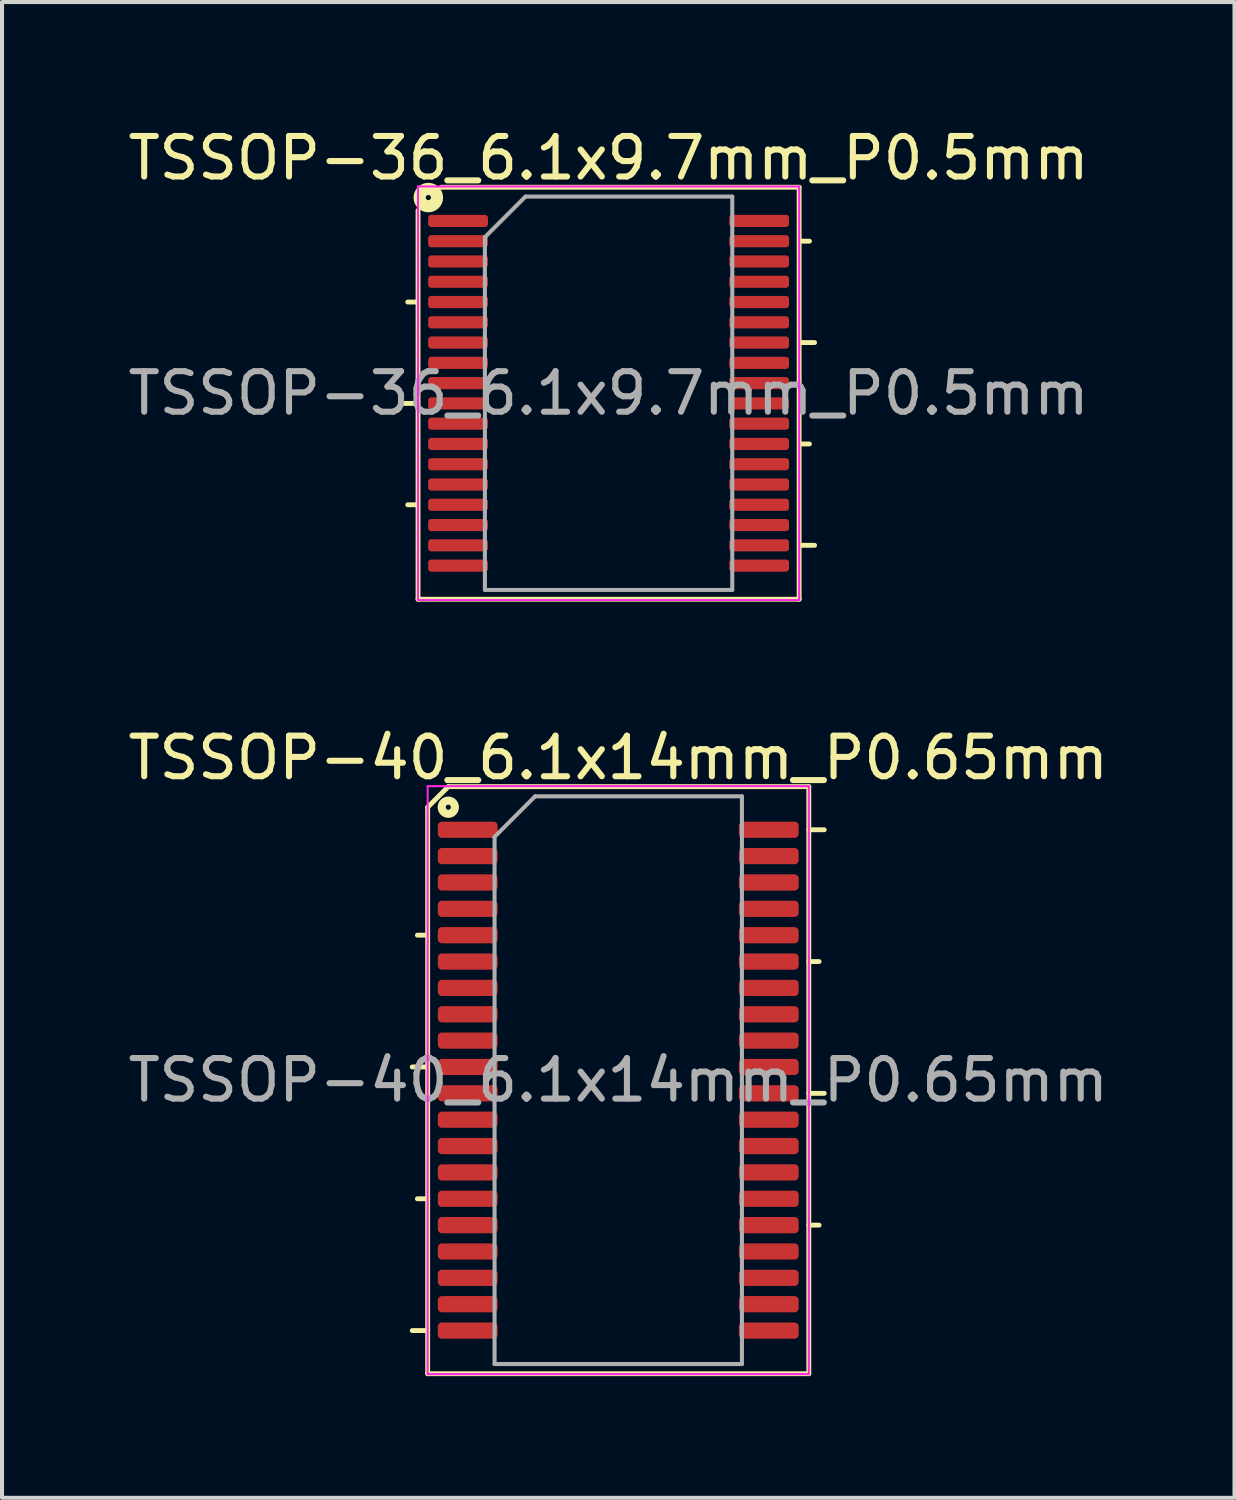
<source format=kicad_pcb>
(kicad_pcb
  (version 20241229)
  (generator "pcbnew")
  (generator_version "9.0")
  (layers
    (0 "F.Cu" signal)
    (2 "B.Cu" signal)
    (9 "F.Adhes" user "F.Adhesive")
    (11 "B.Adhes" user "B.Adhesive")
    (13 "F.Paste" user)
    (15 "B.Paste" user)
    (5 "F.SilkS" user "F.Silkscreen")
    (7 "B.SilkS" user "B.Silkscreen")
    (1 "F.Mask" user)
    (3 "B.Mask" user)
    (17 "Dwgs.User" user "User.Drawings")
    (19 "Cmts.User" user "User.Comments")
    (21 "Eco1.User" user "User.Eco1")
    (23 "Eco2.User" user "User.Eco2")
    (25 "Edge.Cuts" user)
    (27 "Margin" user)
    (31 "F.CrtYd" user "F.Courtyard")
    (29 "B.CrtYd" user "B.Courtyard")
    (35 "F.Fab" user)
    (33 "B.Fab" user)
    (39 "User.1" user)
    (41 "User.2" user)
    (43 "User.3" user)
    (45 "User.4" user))
  (footprint "TSSOP-40_6.1x14mm_P0.65mm"
    (layer "F.Cu")
    (at 12.196 23.587)
    (property "Reference" "TSSOP-40_6.1x14mm_P0.65mm" (at 0 -7.95 0) (layer "F.SilkS") (effects (font (size 1 1) (thickness 0.15))))
    (attr smd)
    (fp_line (start -4.699 -6.731) (end -4.699 7.239) (stroke (width 0.12) (type solid)) (layer "F.SilkS"))
    (fp_line (start -4.699 -6.731) (end -4.191 -7.239) (stroke (width 0.12) (type solid)) (layer "F.SilkS"))
    (fp_line (start -4.699 -3.575) (end -4.953 -3.575) (stroke (width 0.12) (type solid)) (layer "F.SilkS"))
    (fp_line (start -4.699 -0.325) (end -5.08 -0.325) (stroke (width 0.12) (type solid)) (layer "F.SilkS"))
    (fp_line (start -4.699 2.925) (end -4.953 2.925) (stroke (width 0.12) (type solid)) (layer "F.SilkS"))
    (fp_line (start -4.699 6.175) (end -5.08 6.175) (stroke (width 0.12) (type solid)) (layer "F.SilkS"))
    (fp_line (start -4.699 7.239) (end 4.699 7.239) (stroke (width 0.12) (type solid)) (layer "F.SilkS"))
    (fp_line (start 4.699 -7.239) (end -4.191 -7.239) (stroke (width 0.12) (type solid)) (layer "F.SilkS"))
    (fp_line (start 4.699 -6.175) (end 5.08 -6.175) (stroke (width 0.12) (type solid)) (layer "F.SilkS"))
    (fp_line (start 4.699 -2.925) (end 4.953 -2.925) (stroke (width 0.12) (type solid)) (layer "F.SilkS"))
    (fp_line (start 4.699 0.325) (end 5.08 0.325) (stroke (width 0.12) (type solid)) (layer "F.SilkS"))
    (fp_line (start 4.699 3.575) (end 4.953 3.575) (stroke (width 0.12) (type solid)) (layer "F.SilkS"))
    (fp_line (start 4.699 7.239) (end 4.699 -7.239) (stroke (width 0.12) (type solid)) (layer "F.SilkS"))
    (fp_circle (center -4.191 -6.731) (end -4.128 -6.731) (stroke (width 0.2) (type solid)) (fill no) (layer "F.SilkS"))
    (fp_line (start -4.7 -7.25) (end -4.7 7.25) (stroke (width 0.05) (type solid)) (layer "F.CrtYd"))
    (fp_line (start -4.7 7.25) (end 4.7 7.25) (stroke (width 0.05) (type solid)) (layer "F.CrtYd"))
    (fp_line (start 4.7 -7.25) (end -4.7 -7.25) (stroke (width 0.05) (type solid)) (layer "F.CrtYd"))
    (fp_line (start 4.7 7.25) (end 4.7 -7.25) (stroke (width 0.05) (type solid)) (layer "F.CrtYd"))
    (fp_line (start -3.05 -6) (end -2.05 -7) (stroke (width 0.1) (type solid)) (layer "F.Fab"))
    (fp_line (start -3.05 7) (end -3.05 -6) (stroke (width 0.1) (type solid)) (layer "F.Fab"))
    (fp_line (start -2.05 -7) (end 3.05 -7) (stroke (width 0.1) (type solid)) (layer "F.Fab"))
    (fp_line (start 3.05 -7) (end 3.05 7) (stroke (width 0.1) (type solid)) (layer "F.Fab"))
    (fp_line (start 3.05 7) (end -3.05 7) (stroke (width 0.1) (type solid)) (layer "F.Fab"))
    (fp_text user "${REFERENCE}" (at 0 0 0) (layer "F.Fab") (effects (font (size 1 1) (thickness 0.15))))
    (pad "1" smd roundrect (at -3.712 -6.175) (size 1.475 0.4) (layers "F.Cu" "F.Mask" "F.Paste") (roundrect_rratio 0.25))
    (pad "2" smd roundrect (at -3.712 -5.525) (size 1.475 0.4) (layers "F.Cu" "F.Mask" "F.Paste") (roundrect_rratio 0.25))
    (pad "3" smd roundrect (at -3.712 -4.875) (size 1.475 0.4) (layers "F.Cu" "F.Mask" "F.Paste") (roundrect_rratio 0.25))
    (pad "4" smd roundrect (at -3.712 -4.225) (size 1.475 0.4) (layers "F.Cu" "F.Mask" "F.Paste") (roundrect_rratio 0.25))
    (pad "5" smd roundrect (at -3.712 -3.575) (size 1.475 0.4) (layers "F.Cu" "F.Mask" "F.Paste") (roundrect_rratio 0.25))
    (pad "6" smd roundrect (at -3.712 -2.925) (size 1.475 0.4) (layers "F.Cu" "F.Mask" "F.Paste") (roundrect_rratio 0.25))
    (pad "7" smd roundrect (at -3.712 -2.275) (size 1.475 0.4) (layers "F.Cu" "F.Mask" "F.Paste") (roundrect_rratio 0.25))
    (pad "8" smd roundrect (at -3.712 -1.625) (size 1.475 0.4) (layers "F.Cu" "F.Mask" "F.Paste") (roundrect_rratio 0.25))
    (pad "9" smd roundrect (at -3.712 -0.975) (size 1.475 0.4) (layers "F.Cu" "F.Mask" "F.Paste") (roundrect_rratio 0.25))
    (pad "10" smd roundrect (at -3.712 -0.325) (size 1.475 0.4) (layers "F.Cu" "F.Mask" "F.Paste") (roundrect_rratio 0.25))
    (pad "11" smd roundrect (at -3.712 0.325) (size 1.475 0.4) (layers "F.Cu" "F.Mask" "F.Paste") (roundrect_rratio 0.25))
    (pad "12" smd roundrect (at -3.712 0.975) (size 1.475 0.4) (layers "F.Cu" "F.Mask" "F.Paste") (roundrect_rratio 0.25))
    (pad "13" smd roundrect (at -3.712 1.625) (size 1.475 0.4) (layers "F.Cu" "F.Mask" "F.Paste") (roundrect_rratio 0.25))
    (pad "14" smd roundrect (at -3.712 2.275) (size 1.475 0.4) (layers "F.Cu" "F.Mask" "F.Paste") (roundrect_rratio 0.25))
    (pad "15" smd roundrect (at -3.712 2.925) (size 1.475 0.4) (layers "F.Cu" "F.Mask" "F.Paste") (roundrect_rratio 0.25))
    (pad "16" smd roundrect (at -3.712 3.575) (size 1.475 0.4) (layers "F.Cu" "F.Mask" "F.Paste") (roundrect_rratio 0.25))
    (pad "17" smd roundrect (at -3.712 4.225) (size 1.475 0.4) (layers "F.Cu" "F.Mask" "F.Paste") (roundrect_rratio 0.25))
    (pad "18" smd roundrect (at -3.712 4.875) (size 1.475 0.4) (layers "F.Cu" "F.Mask" "F.Paste") (roundrect_rratio 0.25))
    (pad "19" smd roundrect (at -3.712 5.525) (size 1.475 0.4) (layers "F.Cu" "F.Mask" "F.Paste") (roundrect_rratio 0.25))
    (pad "20" smd roundrect (at -3.712 6.175) (size 1.475 0.4) (layers "F.Cu" "F.Mask" "F.Paste") (roundrect_rratio 0.25))
    (pad "21" smd roundrect (at 3.712 6.175) (size 1.475 0.4) (layers "F.Cu" "F.Mask" "F.Paste") (roundrect_rratio 0.25))
    (pad "22" smd roundrect (at 3.712 5.525) (size 1.475 0.4) (layers "F.Cu" "F.Mask" "F.Paste") (roundrect_rratio 0.25))
    (pad "23" smd roundrect (at 3.712 4.875) (size 1.475 0.4) (layers "F.Cu" "F.Mask" "F.Paste") (roundrect_rratio 0.25))
    (pad "24" smd roundrect (at 3.712 4.225) (size 1.475 0.4) (layers "F.Cu" "F.Mask" "F.Paste") (roundrect_rratio 0.25))
    (pad "25" smd roundrect (at 3.712 3.575) (size 1.475 0.4) (layers "F.Cu" "F.Mask" "F.Paste") (roundrect_rratio 0.25))
    (pad "26" smd roundrect (at 3.712 2.925) (size 1.475 0.4) (layers "F.Cu" "F.Mask" "F.Paste") (roundrect_rratio 0.25))
    (pad "27" smd roundrect (at 3.712 2.275) (size 1.475 0.4) (layers "F.Cu" "F.Mask" "F.Paste") (roundrect_rratio 0.25))
    (pad "28" smd roundrect (at 3.712 1.625) (size 1.475 0.4) (layers "F.Cu" "F.Mask" "F.Paste") (roundrect_rratio 0.25))
    (pad "29" smd roundrect (at 3.712 0.975) (size 1.475 0.4) (layers "F.Cu" "F.Mask" "F.Paste") (roundrect_rratio 0.25))
    (pad "30" smd roundrect (at 3.712 0.325) (size 1.475 0.4) (layers "F.Cu" "F.Mask" "F.Paste") (roundrect_rratio 0.25))
    (pad "31" smd roundrect (at 3.712 -0.325) (size 1.475 0.4) (layers "F.Cu" "F.Mask" "F.Paste") (roundrect_rratio 0.25))
    (pad "32" smd roundrect (at 3.712 -0.975) (size 1.475 0.4) (layers "F.Cu" "F.Mask" "F.Paste") (roundrect_rratio 0.25))
    (pad "33" smd roundrect (at 3.712 -1.625) (size 1.475 0.4) (layers "F.Cu" "F.Mask" "F.Paste") (roundrect_rratio 0.25))
    (pad "34" smd roundrect (at 3.712 -2.275) (size 1.475 0.4) (layers "F.Cu" "F.Mask" "F.Paste") (roundrect_rratio 0.25))
    (pad "35" smd roundrect (at 3.712 -2.925) (size 1.475 0.4) (layers "F.Cu" "F.Mask" "F.Paste") (roundrect_rratio 0.25))
    (pad "36" smd roundrect (at 3.712 -3.575) (size 1.475 0.4) (layers "F.Cu" "F.Mask" "F.Paste") (roundrect_rratio 0.25))
    (pad "37" smd roundrect (at 3.712 -4.225) (size 1.475 0.4) (layers "F.Cu" "F.Mask" "F.Paste") (roundrect_rratio 0.25))
    (pad "38" smd roundrect (at 3.712 -4.875) (size 1.475 0.4) (layers "F.Cu" "F.Mask" "F.Paste") (roundrect_rratio 0.25))
    (pad "39" smd roundrect (at 3.712 -5.525) (size 1.475 0.4) (layers "F.Cu" "F.Mask" "F.Paste") (roundrect_rratio 0.25))
    (pad "40" smd roundrect (at 3.712 -6.175) (size 1.475 0.4) (layers "F.Cu" "F.Mask" "F.Paste") (roundrect_rratio 0.25)))
  (footprint "TSSOP-36_6.1x9.7mm_P0.5mm"
    (layer "F.Cu")
    (at 11.958 6.648)
    (property "Reference" "TSSOP-36_6.1x9.7mm_P0.5mm" (at 0 -5.8 0) (layer "F.SilkS") (effects (font (size 1 1) (thickness 0.15))))
    (attr smd)
    (fp_line (start -5.08 0.25) (end -4.75 0.25) (stroke (width 0.12) (type solid)) (layer "F.SilkS"))
    (fp_line (start -4.953 -2.25) (end -4.75 -2.25) (stroke (width 0.12) (type solid)) (layer "F.SilkS"))
    (fp_line (start -4.953 2.75) (end -4.75 2.75) (stroke (width 0.12) (type solid)) (layer "F.SilkS"))
    (fp_line (start -4.699 -4.508) (end -4.699 5.08) (stroke (width 0.12) (type solid)) (layer "F.SilkS"))
    (fp_line (start -4.699 5.08) (end 4.699 5.08) (stroke (width 0.12) (type solid)) (layer "F.SilkS"))
    (fp_line (start 4.699 -5.08) (end -4.128 -5.08) (stroke (width 0.12) (type solid)) (layer "F.SilkS"))
    (fp_line (start 4.699 5.08) (end 4.699 -5.08) (stroke (width 0.12) (type solid)) (layer "F.SilkS"))
    (fp_line (start 4.75 -3.75) (end 4.953 -3.75) (stroke (width 0.12) (type solid)) (layer "F.SilkS"))
    (fp_line (start 4.75 -1.25) (end 5.08 -1.25) (stroke (width 0.12) (type solid)) (layer "F.SilkS"))
    (fp_line (start 4.75 1.25) (end 4.953 1.25) (stroke (width 0.12) (type solid)) (layer "F.SilkS"))
    (fp_line (start 4.75 3.75) (end 5.08 3.75) (stroke (width 0.12) (type solid)) (layer "F.SilkS"))
    (fp_circle (center -4.445 -4.826) (end -4.381 -4.826) (stroke (width 0.3) (type solid)) (fill no) (layer "F.SilkS"))
    (fp_line (start -4.7 -5.1) (end -4.7 5.1) (stroke (width 0.05) (type solid)) (layer "F.CrtYd"))
    (fp_line (start -4.7 5.1) (end 4.7 5.1) (stroke (width 0.05) (type solid)) (layer "F.CrtYd"))
    (fp_line (start 4.7 -5.1) (end -4.7 -5.1) (stroke (width 0.05) (type solid)) (layer "F.CrtYd"))
    (fp_line (start 4.7 5.1) (end 4.7 -5.1) (stroke (width 0.05) (type solid)) (layer "F.CrtYd"))
    (fp_line (start -3.05 -3.85) (end -2.05 -4.85) (stroke (width 0.1) (type solid)) (layer "F.Fab"))
    (fp_line (start -3.05 4.85) (end -3.05 -3.85) (stroke (width 0.1) (type solid)) (layer "F.Fab"))
    (fp_line (start -2.05 -4.85) (end 3.05 -4.85) (stroke (width 0.1) (type solid)) (layer "F.Fab"))
    (fp_line (start 3.05 -4.85) (end 3.05 4.85) (stroke (width 0.1) (type solid)) (layer "F.Fab"))
    (fp_line (start 3.05 4.85) (end -3.05 4.85) (stroke (width 0.1) (type solid)) (layer "F.Fab"))
    (fp_text user "${REFERENCE}" (at 0 0 0) (layer "F.Fab") (effects (font (size 1 1) (thickness 0.15))))
    (pad "1" smd roundrect (at -3.712 -4.25) (size 1.475 0.3) (layers "F.Cu" "F.Mask" "F.Paste") (roundrect_rratio 0.25))
    (pad "2" smd roundrect (at -3.712 -3.75) (size 1.475 0.3) (layers "F.Cu" "F.Mask" "F.Paste") (roundrect_rratio 0.25))
    (pad "3" smd roundrect (at -3.712 -3.25) (size 1.475 0.3) (layers "F.Cu" "F.Mask" "F.Paste") (roundrect_rratio 0.25))
    (pad "4" smd roundrect (at -3.712 -2.75) (size 1.475 0.3) (layers "F.Cu" "F.Mask" "F.Paste") (roundrect_rratio 0.25))
    (pad "5" smd roundrect (at -3.712 -2.25) (size 1.475 0.3) (layers "F.Cu" "F.Mask" "F.Paste") (roundrect_rratio 0.25))
    (pad "6" smd roundrect (at -3.712 -1.75) (size 1.475 0.3) (layers "F.Cu" "F.Mask" "F.Paste") (roundrect_rratio 0.25))
    (pad "7" smd roundrect (at -3.712 -1.25) (size 1.475 0.3) (layers "F.Cu" "F.Mask" "F.Paste") (roundrect_rratio 0.25))
    (pad "8" smd roundrect (at -3.712 -0.75) (size 1.475 0.3) (layers "F.Cu" "F.Mask" "F.Paste") (roundrect_rratio 0.25))
    (pad "9" smd roundrect (at -3.712 -0.25) (size 1.475 0.3) (layers "F.Cu" "F.Mask" "F.Paste") (roundrect_rratio 0.25))
    (pad "10" smd roundrect (at -3.712 0.25) (size 1.475 0.3) (layers "F.Cu" "F.Mask" "F.Paste") (roundrect_rratio 0.25))
    (pad "11" smd roundrect (at -3.712 0.75) (size 1.475 0.3) (layers "F.Cu" "F.Mask" "F.Paste") (roundrect_rratio 0.25))
    (pad "12" smd roundrect (at -3.712 1.25) (size 1.475 0.3) (layers "F.Cu" "F.Mask" "F.Paste") (roundrect_rratio 0.25))
    (pad "13" smd roundrect (at -3.712 1.75) (size 1.475 0.3) (layers "F.Cu" "F.Mask" "F.Paste") (roundrect_rratio 0.25))
    (pad "14" smd roundrect (at -3.712 2.25) (size 1.475 0.3) (layers "F.Cu" "F.Mask" "F.Paste") (roundrect_rratio 0.25))
    (pad "15" smd roundrect (at -3.712 2.75) (size 1.475 0.3) (layers "F.Cu" "F.Mask" "F.Paste") (roundrect_rratio 0.25))
    (pad "16" smd roundrect (at -3.712 3.25) (size 1.475 0.3) (layers "F.Cu" "F.Mask" "F.Paste") (roundrect_rratio 0.25))
    (pad "17" smd roundrect (at -3.712 3.75) (size 1.475 0.3) (layers "F.Cu" "F.Mask" "F.Paste") (roundrect_rratio 0.25))
    (pad "18" smd roundrect (at -3.712 4.25) (size 1.475 0.3) (layers "F.Cu" "F.Mask" "F.Paste") (roundrect_rratio 0.25))
    (pad "19" smd roundrect (at 3.712 4.25) (size 1.475 0.3) (layers "F.Cu" "F.Mask" "F.Paste") (roundrect_rratio 0.25))
    (pad "20" smd roundrect (at 3.712 3.75) (size 1.475 0.3) (layers "F.Cu" "F.Mask" "F.Paste") (roundrect_rratio 0.25))
    (pad "21" smd roundrect (at 3.712 3.25) (size 1.475 0.3) (layers "F.Cu" "F.Mask" "F.Paste") (roundrect_rratio 0.25))
    (pad "22" smd roundrect (at 3.712 2.75) (size 1.475 0.3) (layers "F.Cu" "F.Mask" "F.Paste") (roundrect_rratio 0.25))
    (pad "23" smd roundrect (at 3.712 2.25) (size 1.475 0.3) (layers "F.Cu" "F.Mask" "F.Paste") (roundrect_rratio 0.25))
    (pad "24" smd roundrect (at 3.712 1.75) (size 1.475 0.3) (layers "F.Cu" "F.Mask" "F.Paste") (roundrect_rratio 0.25))
    (pad "25" smd roundrect (at 3.712 1.25) (size 1.475 0.3) (layers "F.Cu" "F.Mask" "F.Paste") (roundrect_rratio 0.25))
    (pad "26" smd roundrect (at 3.712 0.75) (size 1.475 0.3) (layers "F.Cu" "F.Mask" "F.Paste") (roundrect_rratio 0.25))
    (pad "27" smd roundrect (at 3.712 0.25) (size 1.475 0.3) (layers "F.Cu" "F.Mask" "F.Paste") (roundrect_rratio 0.25))
    (pad "28" smd roundrect (at 3.712 -0.25) (size 1.475 0.3) (layers "F.Cu" "F.Mask" "F.Paste") (roundrect_rratio 0.25))
    (pad "29" smd roundrect (at 3.712 -0.75) (size 1.475 0.3) (layers "F.Cu" "F.Mask" "F.Paste") (roundrect_rratio 0.25))
    (pad "30" smd roundrect (at 3.712 -1.25) (size 1.475 0.3) (layers "F.Cu" "F.Mask" "F.Paste") (roundrect_rratio 0.25))
    (pad "31" smd roundrect (at 3.712 -1.75) (size 1.475 0.3) (layers "F.Cu" "F.Mask" "F.Paste") (roundrect_rratio 0.25))
    (pad "32" smd roundrect (at 3.712 -2.25) (size 1.475 0.3) (layers "F.Cu" "F.Mask" "F.Paste") (roundrect_rratio 0.25))
    (pad "33" smd roundrect (at 3.712 -2.75) (size 1.475 0.3) (layers "F.Cu" "F.Mask" "F.Paste") (roundrect_rratio 0.25))
    (pad "34" smd roundrect (at 3.712 -3.25) (size 1.475 0.3) (layers "F.Cu" "F.Mask" "F.Paste") (roundrect_rratio 0.25))
    (pad "35" smd roundrect (at 3.712 -3.75) (size 1.475 0.3) (layers "F.Cu" "F.Mask" "F.Paste") (roundrect_rratio 0.25))
    (pad "36" smd roundrect (at 3.712 -4.25) (size 1.475 0.3) (layers "F.Cu" "F.Mask" "F.Paste") (roundrect_rratio 0.25)))
  (gr_rect
    (start -3 -3)
    (end 27.393 33.886)
    (stroke (width 0.1) (type default))
    (fill no)
    (layer "Edge.Cuts")))
</source>
